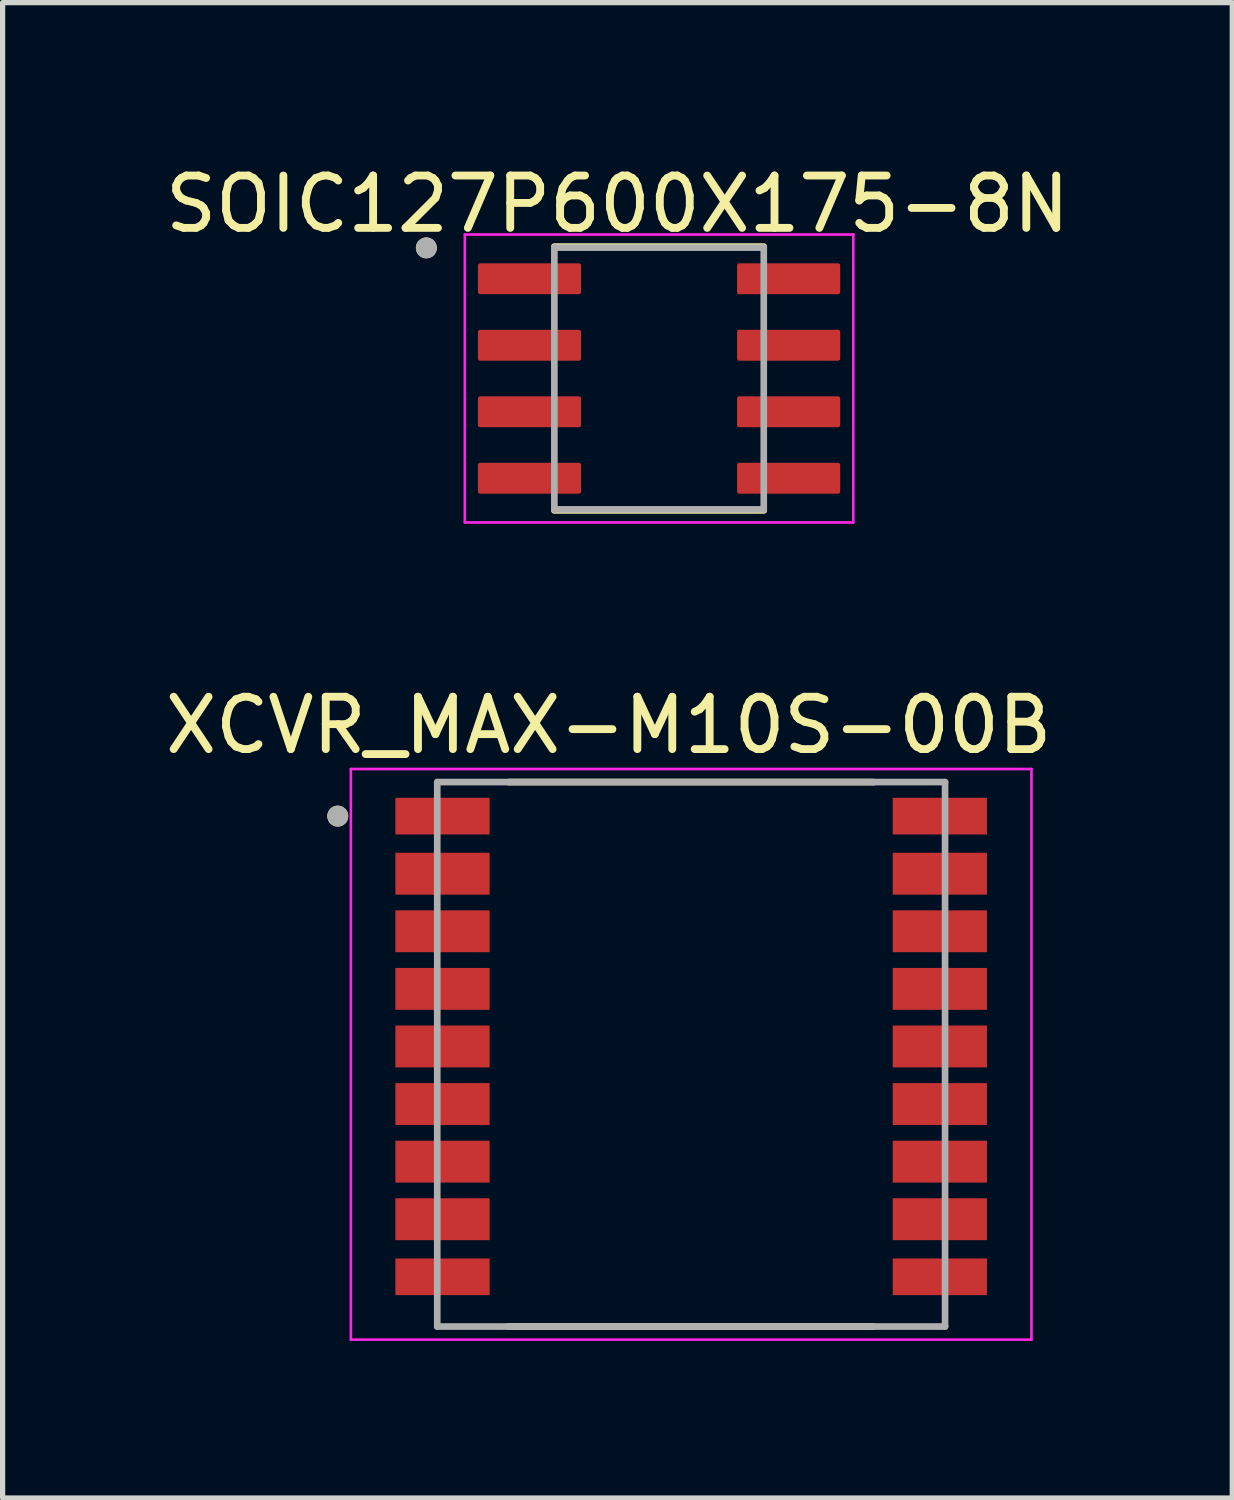
<source format=kicad_pcb>
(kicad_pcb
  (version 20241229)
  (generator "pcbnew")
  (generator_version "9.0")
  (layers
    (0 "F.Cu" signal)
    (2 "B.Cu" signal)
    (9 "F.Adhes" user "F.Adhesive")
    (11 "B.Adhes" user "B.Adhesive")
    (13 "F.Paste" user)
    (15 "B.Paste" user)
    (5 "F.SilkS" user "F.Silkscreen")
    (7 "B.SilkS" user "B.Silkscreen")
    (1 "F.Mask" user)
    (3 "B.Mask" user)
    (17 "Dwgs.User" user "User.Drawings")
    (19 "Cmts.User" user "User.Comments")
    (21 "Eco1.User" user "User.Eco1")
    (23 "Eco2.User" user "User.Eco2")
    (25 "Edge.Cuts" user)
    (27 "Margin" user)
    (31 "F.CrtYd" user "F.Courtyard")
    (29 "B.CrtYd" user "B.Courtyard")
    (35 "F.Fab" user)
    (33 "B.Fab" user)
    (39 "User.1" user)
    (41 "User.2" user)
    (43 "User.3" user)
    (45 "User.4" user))
  (footprint "XCVR_MAX-M10S-00B"
    (layer "F.Cu")
    (at 10.152 16.939)
    (property "Reference" "XCVR_MAX-M10S-00B" (at -1.575 -6.135 0) (layer "F.SilkS") (effects (font (size 1 1) (thickness 0.15))))
    (attr smd)
    (fp_line (start -3.49 -5.05) (end 3.49 -5.05) (stroke (width 0.127) (type solid)) (layer "F.SilkS"))
    (fp_line (start -3.49 5.35) (end 3.49 5.35) (stroke (width 0.127) (type solid)) (layer "F.SilkS"))
    (fp_circle (center -6.75 -4.4) (end -6.65 -4.4) (stroke (width 0.2) (type solid)) (fill no) (layer "F.SilkS"))
    (fp_poly (pts (xy -6.25 -4.75) (xy -6.25 -4.05) (xy -4.85 -4.05) (xy -4.85 -4.15) (xy -3.95 -4.15) (xy -3.95 -4.65) (xy -4.85 -4.65) (xy -4.85 -4.75)) (stroke (width 0.01) (type solid)) (fill yes) (layer "F.Paste"))
    (fp_poly (pts (xy -6.25 -3.7) (xy -6.25 -2.9) (xy -4.85 -2.9) (xy -4.85 -3) (xy -3.95 -3) (xy -3.95 -3.6) (xy -4.85 -3.6) (xy -4.85 -3.7)) (stroke (width 0.01) (type solid)) (fill yes) (layer "F.Paste"))
    (fp_poly (pts (xy -6.25 -2.6) (xy -6.25 -1.8) (xy -4.85 -1.8) (xy -4.85 -1.9) (xy -3.95 -1.9) (xy -3.95 -2.5) (xy -4.85 -2.5) (xy -4.85 -2.6)) (stroke (width 0.01) (type solid)) (fill yes) (layer "F.Paste"))
    (fp_poly (pts (xy -6.25 -1.5) (xy -6.25 -0.7) (xy -4.85 -0.7) (xy -4.85 -0.8) (xy -3.95 -0.8) (xy -3.95 -1.4) (xy -4.85 -1.4) (xy -4.85 -1.5)) (stroke (width 0.01) (type solid)) (fill yes) (layer "F.Paste"))
    (fp_poly (pts (xy -6.25 -0.4) (xy -6.25 0.4) (xy -4.85 0.4) (xy -4.85 0.3) (xy -3.95 0.3) (xy -3.95 -0.3) (xy -4.85 -0.3) (xy -4.85 -0.4)) (stroke (width 0.01) (type solid)) (fill yes) (layer "F.Paste"))
    (fp_poly (pts (xy -6.25 0.7) (xy -6.25 1.5) (xy -4.85 1.5) (xy -4.85 1.4) (xy -3.95 1.4) (xy -3.95 0.8) (xy -4.85 0.8) (xy -4.85 0.7)) (stroke (width 0.01) (type solid)) (fill yes) (layer "F.Paste"))
    (fp_poly (pts (xy -6.25 1.8) (xy -6.25 2.6) (xy -4.85 2.6) (xy -4.85 2.5) (xy -3.95 2.5) (xy -3.95 1.9) (xy -4.85 1.9) (xy -4.85 1.8)) (stroke (width 0.01) (type solid)) (fill yes) (layer "F.Paste"))
    (fp_poly (pts (xy -6.25 2.9) (xy -6.25 3.7) (xy -4.85 3.7) (xy -4.85 3.6) (xy -3.95 3.6) (xy -3.95 3) (xy -4.85 3) (xy -4.85 2.9)) (stroke (width 0.01) (type solid)) (fill yes) (layer "F.Paste"))
    (fp_poly (pts (xy -6.25 4.05) (xy -6.25 4.75) (xy -4.85 4.75) (xy -4.85 4.65) (xy -3.95 4.65) (xy -3.95 4.15) (xy -4.85 4.15) (xy -4.85 4.05)) (stroke (width 0.01) (type solid)) (fill yes) (layer "F.Paste"))
    (fp_poly (pts (xy 6.25 -4.75) (xy 6.25 -4.05) (xy 4.85 -4.05) (xy 4.85 -4.15) (xy 3.95 -4.15) (xy 3.95 -4.65) (xy 4.85 -4.65) (xy 4.85 -4.75)) (stroke (width 0.01) (type solid)) (fill yes) (layer "F.Paste"))
    (fp_poly (pts (xy 6.25 -3.7) (xy 6.25 -2.9) (xy 4.85 -2.9) (xy 4.85 -3) (xy 3.95 -3) (xy 3.95 -3.6) (xy 4.85 -3.6) (xy 4.85 -3.7)) (stroke (width 0.01) (type solid)) (fill yes) (layer "F.Paste"))
    (fp_poly (pts (xy 6.25 -2.6) (xy 6.25 -1.8) (xy 4.85 -1.8) (xy 4.85 -1.9) (xy 3.95 -1.9) (xy 3.95 -2.5) (xy 4.85 -2.5) (xy 4.85 -2.6)) (stroke (width 0.01) (type solid)) (fill yes) (layer "F.Paste"))
    (fp_poly (pts (xy 6.25 -1.5) (xy 6.25 -0.7) (xy 4.85 -0.7) (xy 4.85 -0.8) (xy 3.95 -0.8) (xy 3.95 -1.4) (xy 4.85 -1.4) (xy 4.85 -1.5)) (stroke (width 0.01) (type solid)) (fill yes) (layer "F.Paste"))
    (fp_poly (pts (xy 6.25 -0.4) (xy 6.25 0.4) (xy 4.85 0.4) (xy 4.85 0.3) (xy 3.95 0.3) (xy 3.95 -0.3) (xy 4.85 -0.3) (xy 4.85 -0.4)) (stroke (width 0.01) (type solid)) (fill yes) (layer "F.Paste"))
    (fp_poly (pts (xy 6.25 0.7) (xy 6.25 1.5) (xy 4.85 1.5) (xy 4.85 1.4) (xy 3.95 1.4) (xy 3.95 0.8) (xy 4.85 0.8) (xy 4.85 0.7)) (stroke (width 0.01) (type solid)) (fill yes) (layer "F.Paste"))
    (fp_poly (pts (xy 6.25 1.8) (xy 6.25 2.6) (xy 4.85 2.6) (xy 4.85 2.5) (xy 3.95 2.5) (xy 3.95 1.9) (xy 4.85 1.9) (xy 4.85 1.8)) (stroke (width 0.01) (type solid)) (fill yes) (layer "F.Paste"))
    (fp_poly (pts (xy 6.25 2.9) (xy 6.25 3.7) (xy 4.85 3.7) (xy 4.85 3.6) (xy 3.95 3.6) (xy 3.95 3) (xy 4.85 3) (xy 4.85 2.9)) (stroke (width 0.01) (type solid)) (fill yes) (layer "F.Paste"))
    (fp_poly (pts (xy 6.25 4.05) (xy 6.25 4.75) (xy 4.85 4.75) (xy 4.85 4.65) (xy 3.95 4.65) (xy 3.95 4.15) (xy 4.85 4.15) (xy 4.85 4.05)) (stroke (width 0.01) (type solid)) (fill yes) (layer "F.Paste"))
    (fp_line (start -6.5 -5.3) (end 6.5 -5.3) (stroke (width 0.05) (type solid)) (layer "F.CrtYd"))
    (fp_line (start -6.5 5.6) (end -6.5 -5.3) (stroke (width 0.05) (type solid)) (layer "F.CrtYd"))
    (fp_line (start 6.5 -5.3) (end 6.5 5.6) (stroke (width 0.05) (type solid)) (layer "F.CrtYd"))
    (fp_line (start 6.5 5.6) (end -6.5 5.6) (stroke (width 0.05) (type solid)) (layer "F.CrtYd"))
    (fp_line (start -4.85 -5.05) (end 4.85 -5.05) (stroke (width 0.127) (type solid)) (layer "F.Fab"))
    (fp_line (start -4.85 5.35) (end -4.85 -5.05) (stroke (width 0.127) (type solid)) (layer "F.Fab"))
    (fp_line (start 4.85 -5.05) (end 4.85 5.35) (stroke (width 0.127) (type solid)) (layer "F.Fab"))
    (fp_line (start 4.85 5.35) (end -4.85 5.35) (stroke (width 0.127) (type solid)) (layer "F.Fab"))
    (fp_circle (center -6.75 -4.4) (end -6.65 -4.4) (stroke (width 0.2) (type solid)) (fill no) (layer "F.Fab"))
    (pad "1" smd rect (at -4.75 -4.4) (size 1.8 0.7) (layers "F.Cu" "F.Mask"))
    (pad "2" smd rect (at -4.75 -3.3) (size 1.8 0.8) (layers "F.Cu" "F.Mask"))
    (pad "3" smd rect (at -4.75 -2.2) (size 1.8 0.8) (layers "F.Cu" "F.Mask"))
    (pad "4" smd rect (at -4.75 -1.1) (size 1.8 0.8) (layers "F.Cu" "F.Mask"))
    (pad "5" smd rect (at -4.75 0) (size 1.8 0.8) (layers "F.Cu" "F.Mask"))
    (pad "6" smd rect (at -4.75 1.1) (size 1.8 0.8) (layers "F.Cu" "F.Mask"))
    (pad "7" smd rect (at -4.75 2.2) (size 1.8 0.8) (layers "F.Cu" "F.Mask"))
    (pad "8" smd rect (at -4.75 3.3) (size 1.8 0.8) (layers "F.Cu" "F.Mask"))
    (pad "9" smd rect (at -4.75 4.4) (size 1.8 0.7) (layers "F.Cu" "F.Mask"))
    (pad "10" smd rect (at 4.75 4.4) (size 1.8 0.7) (layers "F.Cu" "F.Mask"))
    (pad "11" smd rect (at 4.75 3.3) (size 1.8 0.8) (layers "F.Cu" "F.Mask"))
    (pad "12" smd rect (at 4.75 2.2) (size 1.8 0.8) (layers "F.Cu" "F.Mask"))
    (pad "13" smd rect (at 4.75 1.1) (size 1.8 0.8) (layers "F.Cu" "F.Mask"))
    (pad "14" smd rect (at 4.75 0) (size 1.8 0.8) (layers "F.Cu" "F.Mask"))
    (pad "15" smd rect (at 4.75 -1.1) (size 1.8 0.8) (layers "F.Cu" "F.Mask"))
    (pad "16" smd rect (at 4.75 -2.2) (size 1.8 0.8) (layers "F.Cu" "F.Mask"))
    (pad "17" smd rect (at 4.75 -3.3) (size 1.8 0.8) (layers "F.Cu" "F.Mask"))
    (pad "18" smd rect (at 4.75 -4.4) (size 1.8 0.7) (layers "F.Cu" "F.Mask"))
    (zone (net_name "") (layer "F.Cu") (hatch full 0.508) (connect_pads) (min_thickness 0.5) (filled_areas_thickness no) (keepout (tracks not_allowed) (vias not_allowed) (pads not_allowed) (copperpour not_allowed) (footprints allowed)) (placement (enabled no)) (fill) (polygon (pts (xy 7.802 12.889) (xy 7.8 12.938) (xy 7.793 12.986) (xy 7.781 13.034) (xy 7.764 13.08) (xy 7.743 13.124) (xy 7.718 13.166) (xy 7.689 13.206) (xy 7.656 13.242) (xy 7.62 13.275) (xy 7.58 13.304) (xy 7.538 13.329) (xy 7.494 13.35) (xy 7.448 13.367) (xy 7.4 13.379) (xy 7.351 13.386) (xy 7.302 13.389) (xy 7.253 13.386) (xy 7.205 13.379) (xy 7.157 13.367) (xy 7.111 13.35) (xy 7.067 13.329) (xy 7.025 13.304) (xy 6.985 13.275) (xy 6.949 13.242) (xy 6.916 13.206) (xy 6.887 13.166) (xy 6.861 13.124) (xy 6.84 13.08) (xy 6.824 13.034) (xy 6.812 12.986) (xy 6.805 12.938) (xy 6.802 12.889) (xy 6.805 12.839) (xy 6.812 12.791) (xy 6.824 12.743) (xy 6.84 12.697) (xy 6.861 12.653) (xy 6.887 12.611) (xy 6.916 12.571) (xy 6.949 12.535) (xy 6.985 12.502) (xy 7.025 12.473) (xy 7.067 12.448) (xy 7.111 12.427) (xy 7.157 12.41) (xy 7.205 12.398) (xy 7.253 12.391) (xy 7.302 12.389) (xy 7.351 12.391) (xy 7.4 12.398) (xy 7.448 12.41) (xy 7.494 12.427) (xy 7.538 12.448) (xy 7.58 12.473) (xy 7.62 12.502) (xy 7.656 12.535) (xy 7.689 12.571) (xy 7.718 12.611) (xy 7.743 12.653) (xy 7.764 12.697) (xy 7.781 12.743) (xy 7.793 12.791) (xy 7.8 12.839))))
    (zone (net_name "") (layers "F.Cu" "B.Cu") (hatch full 0.508) (connect_pads) (min_thickness 0.5) (filled_areas_thickness no) (keepout (tracks allowed) (vias not_allowed) (pads allowed) (copperpour allowed) (footprints allowed)) (placement (enabled no)) (fill) (polygon (pts (xy 7.802 12.889) (xy 7.8 12.938) (xy 7.793 12.986) (xy 7.781 13.034) (xy 7.764 13.08) (xy 7.743 13.124) (xy 7.718 13.166) (xy 7.689 13.206) (xy 7.656 13.242) (xy 7.62 13.275) (xy 7.58 13.304) (xy 7.538 13.329) (xy 7.494 13.35) (xy 7.448 13.367) (xy 7.4 13.379) (xy 7.351 13.386) (xy 7.302 13.389) (xy 7.253 13.386) (xy 7.205 13.379) (xy 7.157 13.367) (xy 7.111 13.35) (xy 7.067 13.329) (xy 7.025 13.304) (xy 6.985 13.275) (xy 6.949 13.242) (xy 6.916 13.206) (xy 6.887 13.166) (xy 6.861 13.124) (xy 6.84 13.08) (xy 6.824 13.034) (xy 6.812 12.986) (xy 6.805 12.938) (xy 6.802 12.889) (xy 6.805 12.839) (xy 6.812 12.791) (xy 6.824 12.743) (xy 6.84 12.697) (xy 6.861 12.653) (xy 6.887 12.611) (xy 6.916 12.571) (xy 6.949 12.535) (xy 6.985 12.502) (xy 7.025 12.473) (xy 7.067 12.448) (xy 7.111 12.427) (xy 7.157 12.41) (xy 7.205 12.398) (xy 7.253 12.391) (xy 7.302 12.389) (xy 7.351 12.391) (xy 7.4 12.398) (xy 7.448 12.41) (xy 7.494 12.427) (xy 7.538 12.448) (xy 7.58 12.473) (xy 7.62 12.502) (xy 7.656 12.535) (xy 7.689 12.571) (xy 7.718 12.611) (xy 7.743 12.653) (xy 7.764 12.697) (xy 7.781 12.743) (xy 7.793 12.791) (xy 7.8 12.839)))))
  (footprint "SOIC127P600X175-8N"
    (layer "F.Cu")
    (at 9.539 4.18)
    (property "Reference" "SOIC127P600X175-8N" (at -0.795 -3.332 0) (layer "F.SilkS") (effects (font (size 1 1) (thickness 0.15))))
    (attr through_hole)
    (fp_line (start -2 -2.52) (end 2 -2.52) (stroke (width 0.127) (type solid)) (layer "F.SilkS"))
    (fp_line (start -2 2.52) (end 2 2.52) (stroke (width 0.127) (type solid)) (layer "F.SilkS"))
    (fp_circle (center -4.445 -2.495) (end -4.345 -2.495) (stroke (width 0.2) (type solid)) (fill no) (layer "F.SilkS"))
    (fp_line (start -3.71 -2.75) (end -3.71 2.75) (stroke (width 0.05) (type solid)) (layer "F.CrtYd"))
    (fp_line (start -3.71 -2.75) (end 3.71 -2.75) (stroke (width 0.05) (type solid)) (layer "F.CrtYd"))
    (fp_line (start -3.71 2.75) (end 3.71 2.75) (stroke (width 0.05) (type solid)) (layer "F.CrtYd"))
    (fp_line (start 3.71 -2.75) (end 3.71 2.75) (stroke (width 0.05) (type solid)) (layer "F.CrtYd"))
    (fp_line (start -2 -2.5) (end -2 2.5) (stroke (width 0.127) (type solid)) (layer "F.Fab"))
    (fp_line (start -2 -2.5) (end 2 -2.5) (stroke (width 0.127) (type solid)) (layer "F.Fab"))
    (fp_line (start -2 2.5) (end 2 2.5) (stroke (width 0.127) (type solid)) (layer "F.Fab"))
    (fp_line (start 2 -2.5) (end 2 2.5) (stroke (width 0.127) (type solid)) (layer "F.Fab"))
    (fp_circle (center -4.445 -2.495) (end -4.345 -2.495) (stroke (width 0.2) (type solid)) (fill no) (layer "F.Fab"))
    (pad "1" smd roundrect (at -2.475 -1.905) (size 1.97 0.59) (layers "F.Cu" "F.Mask" "F.Paste") (roundrect_rratio 0.07))
    (pad "2" smd roundrect (at -2.475 -0.635) (size 1.97 0.59) (layers "F.Cu" "F.Mask" "F.Paste") (roundrect_rratio 0.07))
    (pad "3" smd roundrect (at -2.475 0.635) (size 1.97 0.59) (layers "F.Cu" "F.Mask" "F.Paste") (roundrect_rratio 0.07))
    (pad "4" smd roundrect (at -2.475 1.905) (size 1.97 0.59) (layers "F.Cu" "F.Mask" "F.Paste") (roundrect_rratio 0.07))
    (pad "5" smd roundrect (at 2.475 1.905) (size 1.97 0.59) (layers "F.Cu" "F.Mask" "F.Paste") (roundrect_rratio 0.07))
    (pad "6" smd roundrect (at 2.475 0.635) (size 1.97 0.59) (layers "F.Cu" "F.Mask" "F.Paste") (roundrect_rratio 0.07))
    (pad "7" smd roundrect (at 2.475 -0.635) (size 1.97 0.59) (layers "F.Cu" "F.Mask" "F.Paste") (roundrect_rratio 0.07))
    (pad "8" smd roundrect (at 2.475 -1.905) (size 1.97 0.59) (layers "F.Cu" "F.Mask" "F.Paste") (roundrect_rratio 0.07)))
  (gr_rect
    (start -3 -3)
    (end 20.488 25.564)
    (stroke (width 0.1) (type default))
    (fill no)
    (layer "Edge.Cuts")))
</source>
